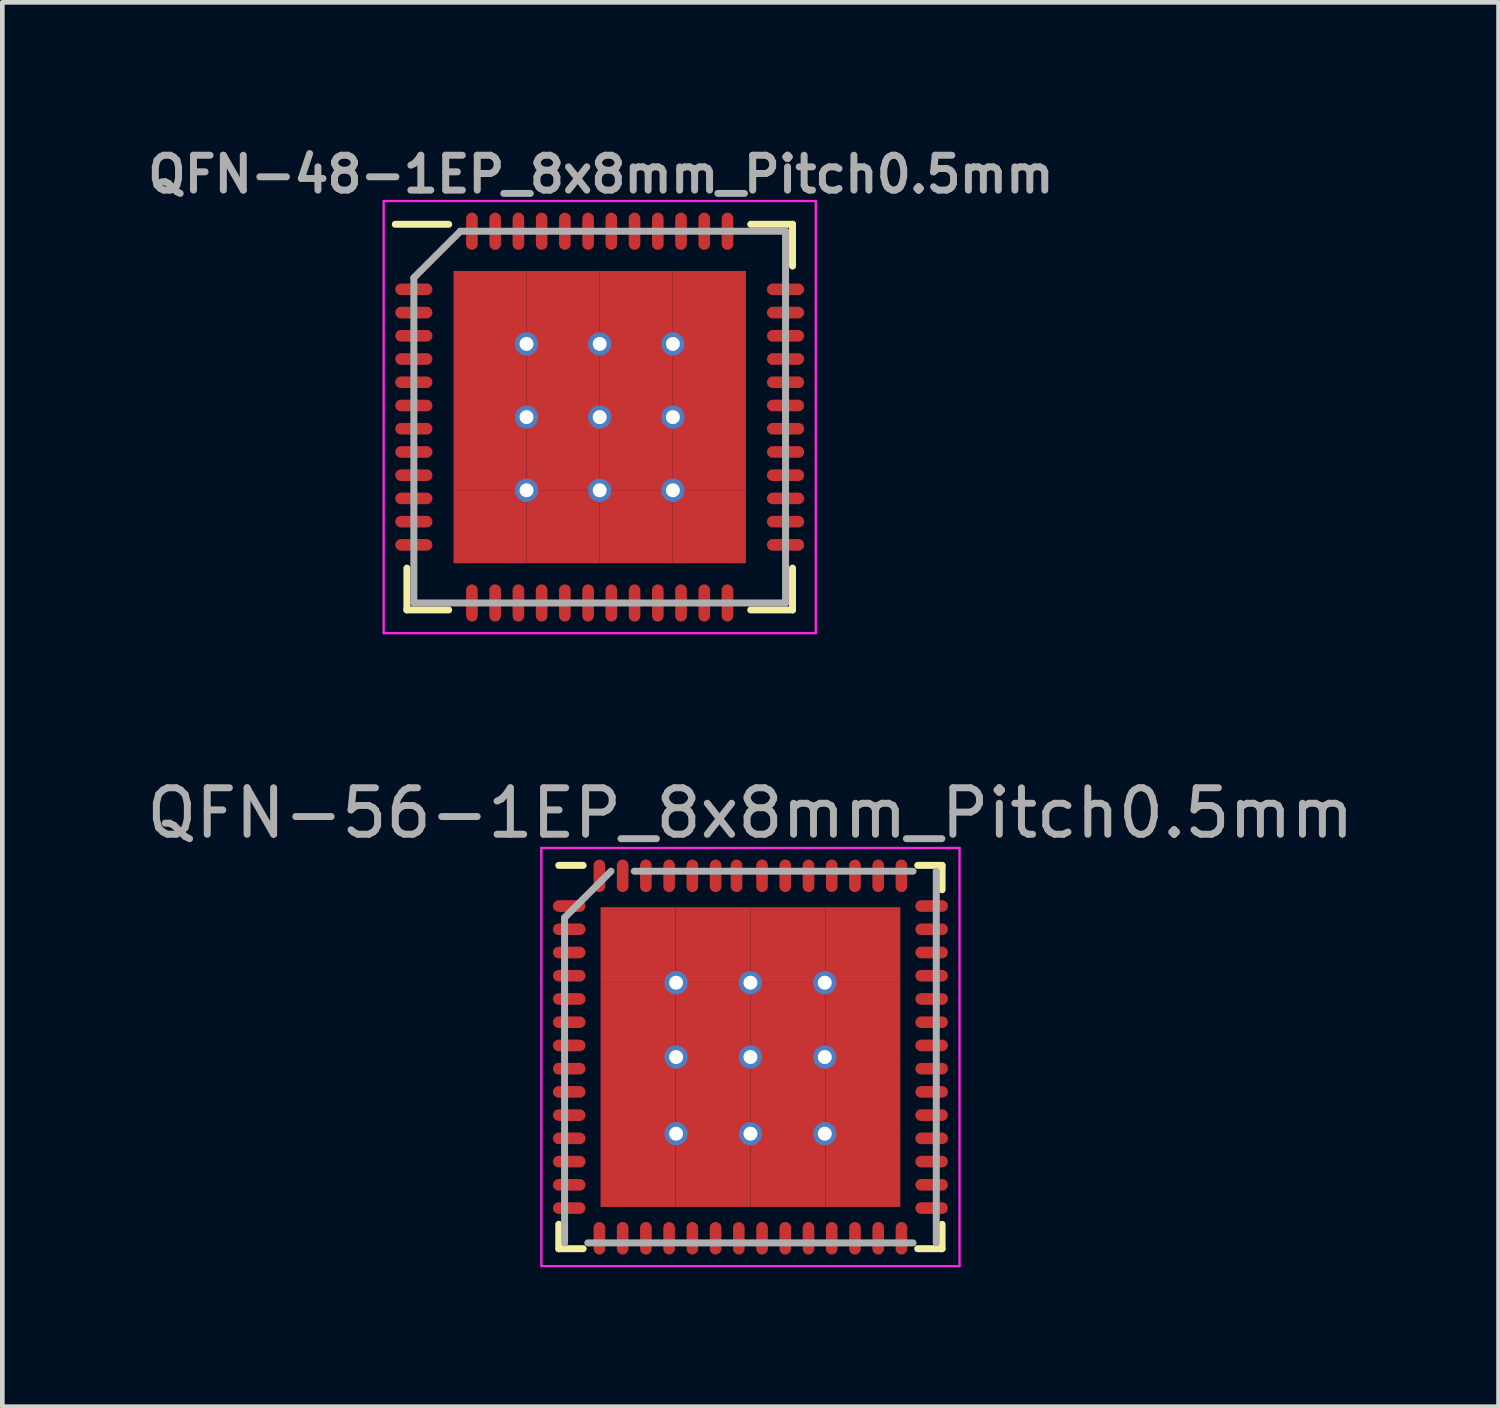
<source format=kicad_pcb>
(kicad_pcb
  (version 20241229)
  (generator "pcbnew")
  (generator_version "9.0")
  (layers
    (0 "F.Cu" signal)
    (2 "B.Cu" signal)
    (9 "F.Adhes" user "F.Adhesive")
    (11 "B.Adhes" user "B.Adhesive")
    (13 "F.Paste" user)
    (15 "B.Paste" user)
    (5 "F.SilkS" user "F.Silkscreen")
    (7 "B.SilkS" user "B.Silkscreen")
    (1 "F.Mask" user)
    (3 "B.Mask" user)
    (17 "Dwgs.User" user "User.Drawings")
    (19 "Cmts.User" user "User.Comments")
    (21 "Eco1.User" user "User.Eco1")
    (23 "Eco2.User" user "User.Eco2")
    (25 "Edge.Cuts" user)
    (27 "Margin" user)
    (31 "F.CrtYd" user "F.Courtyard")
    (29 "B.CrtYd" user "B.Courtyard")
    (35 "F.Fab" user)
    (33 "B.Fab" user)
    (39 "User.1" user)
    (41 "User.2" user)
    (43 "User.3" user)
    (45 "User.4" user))
  (footprint "QFN-56-1EP_8x8mm_Pitch0.5mm"
    (layer "F.Cu")
    (at 13.101 19.7)
    (property "Reference" "QFN-56-1EP_8x8mm_Pitch0.5mm" (at 0 -5.25 0) (layer "F.Fab") (effects (font (size 1 1) (thickness 0.15))))
    (attr smd)
    (fp_line (start -4.125 -4.125) (end -3.6 -4.125) (stroke (width 0.15) (type solid)) (layer "F.SilkS"))
    (fp_line (start -4.125 4.125) (end -4.125 3.6) (stroke (width 0.15) (type solid)) (layer "F.SilkS"))
    (fp_line (start -4.125 4.125) (end -3.6 4.125) (stroke (width 0.15) (type solid)) (layer "F.SilkS"))
    (fp_line (start 4.125 -4.125) (end 3.6 -4.125) (stroke (width 0.15) (type solid)) (layer "F.SilkS"))
    (fp_line (start 4.125 -4.125) (end 4.125 -3.6) (stroke (width 0.15) (type solid)) (layer "F.SilkS"))
    (fp_line (start 4.125 4.125) (end 3.6 4.125) (stroke (width 0.15) (type solid)) (layer "F.SilkS"))
    (fp_line (start 4.125 4.125) (end 4.125 3.6) (stroke (width 0.15) (type solid)) (layer "F.SilkS"))
    (fp_line (start -4.5 -4.5) (end -4.5 4.5) (stroke (width 0.05) (type solid)) (layer "F.CrtYd"))
    (fp_line (start -4.5 -4.5) (end 4.5 -4.5) (stroke (width 0.05) (type solid)) (layer "F.CrtYd"))
    (fp_line (start -4.5 4.5) (end 4.5 4.5) (stroke (width 0.05) (type solid)) (layer "F.CrtYd"))
    (fp_line (start 4.5 -4.5) (end 4.5 4.5) (stroke (width 0.05) (type solid)) (layer "F.CrtYd"))
    (fp_line (start -4 -3) (end -3 -4) (stroke (width 0.15) (type solid)) (layer "F.Fab"))
    (fp_line (start -4 4) (end -4 -3) (stroke (width 0.15) (type solid)) (layer "F.Fab"))
    (fp_line (start -2.5 -4) (end 3.5 -4) (stroke (width 0.15) (type solid)) (layer "F.Fab"))
    (fp_line (start 3.5 4) (end -3.5 4) (stroke (width 0.15) (type solid)) (layer "F.Fab"))
    (fp_line (start 4 -4) (end 4 4) (stroke (width 0.15) (type solid)) (layer "F.Fab"))
    (pad "1" smd oval (at -3.9 -3.25) (size 0.7 0.25) (layers "F.Cu" "F.Mask" "F.Paste"))
    (pad "2" smd oval (at -3.9 -2.75) (size 0.7 0.25) (layers "F.Cu" "F.Mask" "F.Paste"))
    (pad "3" smd oval (at -3.9 -2.25) (size 0.7 0.25) (layers "F.Cu" "F.Mask" "F.Paste"))
    (pad "4" smd oval (at -3.9 -1.75) (size 0.7 0.25) (layers "F.Cu" "F.Mask" "F.Paste"))
    (pad "5" smd oval (at -3.9 -1.25) (size 0.7 0.25) (layers "F.Cu" "F.Mask" "F.Paste"))
    (pad "6" smd oval (at -3.9 -0.75) (size 0.7 0.25) (layers "F.Cu" "F.Mask" "F.Paste"))
    (pad "7" smd oval (at -3.9 -0.25) (size 0.7 0.25) (layers "F.Cu" "F.Mask" "F.Paste"))
    (pad "8" smd oval (at -3.9 0.25) (size 0.7 0.25) (layers "F.Cu" "F.Mask" "F.Paste"))
    (pad "9" smd oval (at -3.9 0.75) (size 0.7 0.25) (layers "F.Cu" "F.Mask" "F.Paste"))
    (pad "10" smd oval (at -3.9 1.25) (size 0.7 0.25) (layers "F.Cu" "F.Mask" "F.Paste"))
    (pad "11" smd oval (at -3.9 1.75) (size 0.7 0.25) (layers "F.Cu" "F.Mask" "F.Paste"))
    (pad "12" smd oval (at -3.9 2.25) (size 0.7 0.25) (layers "F.Cu" "F.Mask" "F.Paste"))
    (pad "13" smd oval (at -3.9 2.75) (size 0.7 0.25) (layers "F.Cu" "F.Mask" "F.Paste"))
    (pad "14" smd oval (at -3.9 3.25) (size 0.7 0.25) (layers "F.Cu" "F.Mask" "F.Paste"))
    (pad "15" smd oval (at -3.25 3.9 90) (size 0.7 0.25) (layers "F.Cu" "F.Mask" "F.Paste"))
    (pad "16" smd oval (at -2.75 3.9 90) (size 0.7 0.25) (layers "F.Cu" "F.Mask" "F.Paste"))
    (pad "17" smd oval (at -2.25 3.9 90) (size 0.7 0.25) (layers "F.Cu" "F.Mask" "F.Paste"))
    (pad "18" smd oval (at -1.75 3.9 90) (size 0.7 0.25) (layers "F.Cu" "F.Mask" "F.Paste"))
    (pad "19" smd oval (at -1.25 3.9 90) (size 0.7 0.25) (layers "F.Cu" "F.Mask" "F.Paste"))
    (pad "20" smd oval (at -0.75 3.9 90) (size 0.7 0.25) (layers "F.Cu" "F.Mask" "F.Paste"))
    (pad "21" smd oval (at -0.25 3.9 90) (size 0.7 0.25) (layers "F.Cu" "F.Mask" "F.Paste"))
    (pad "22" smd oval (at 0.25 3.9 90) (size 0.7 0.25) (layers "F.Cu" "F.Mask" "F.Paste"))
    (pad "23" smd oval (at 0.75 3.9 90) (size 0.7 0.25) (layers "F.Cu" "F.Mask" "F.Paste"))
    (pad "24" smd oval (at 1.25 3.9 90) (size 0.7 0.25) (layers "F.Cu" "F.Mask" "F.Paste"))
    (pad "25" smd oval (at 1.75 3.9 90) (size 0.7 0.25) (layers "F.Cu" "F.Mask" "F.Paste"))
    (pad "26" smd oval (at 2.25 3.9 90) (size 0.7 0.25) (layers "F.Cu" "F.Mask" "F.Paste"))
    (pad "27" smd oval (at 2.75 3.9 90) (size 0.7 0.25) (layers "F.Cu" "F.Mask" "F.Paste"))
    (pad "28" smd oval (at 3.25 3.9 90) (size 0.7 0.25) (layers "F.Cu" "F.Mask" "F.Paste"))
    (pad "29" smd oval (at 3.9 3.25) (size 0.7 0.25) (layers "F.Cu" "F.Mask" "F.Paste"))
    (pad "30" smd oval (at 3.9 2.75) (size 0.7 0.25) (layers "F.Cu" "F.Mask" "F.Paste"))
    (pad "31" smd oval (at 3.9 2.25) (size 0.7 0.25) (layers "F.Cu" "F.Mask" "F.Paste"))
    (pad "32" smd oval (at 3.9 1.75) (size 0.7 0.25) (layers "F.Cu" "F.Mask" "F.Paste"))
    (pad "33" smd oval (at 3.9 1.25) (size 0.7 0.25) (layers "F.Cu" "F.Mask" "F.Paste"))
    (pad "34" smd oval (at 3.9 0.75) (size 0.7 0.25) (layers "F.Cu" "F.Mask" "F.Paste"))
    (pad "35" smd oval (at 3.9 0.25) (size 0.7 0.25) (layers "F.Cu" "F.Mask" "F.Paste"))
    (pad "36" smd oval (at 3.9 -0.25) (size 0.7 0.25) (layers "F.Cu" "F.Mask" "F.Paste"))
    (pad "37" smd oval (at 3.9 -0.75) (size 0.7 0.25) (layers "F.Cu" "F.Mask" "F.Paste"))
    (pad "38" smd oval (at 3.9 -1.25) (size 0.7 0.25) (layers "F.Cu" "F.Mask" "F.Paste"))
    (pad "39" smd oval (at 3.9 -1.75) (size 0.7 0.25) (layers "F.Cu" "F.Mask" "F.Paste"))
    (pad "40" smd oval (at 3.9 -2.25) (size 0.7 0.25) (layers "F.Cu" "F.Mask" "F.Paste"))
    (pad "41" smd oval (at 3.9 -2.75) (size 0.7 0.25) (layers "F.Cu" "F.Mask" "F.Paste"))
    (pad "42" smd oval (at 3.9 -3.25) (size 0.7 0.25) (layers "F.Cu" "F.Mask" "F.Paste"))
    (pad "43" smd oval (at 3.25 -3.9 90) (size 0.7 0.25) (layers "F.Cu" "F.Mask" "F.Paste"))
    (pad "44" smd oval (at 2.75 -3.9 90) (size 0.7 0.25) (layers "F.Cu" "F.Mask" "F.Paste"))
    (pad "45" smd oval (at 2.25 -3.9 90) (size 0.7 0.25) (layers "F.Cu" "F.Mask" "F.Paste"))
    (pad "46" smd oval (at 1.75 -3.9 90) (size 0.7 0.25) (layers "F.Cu" "F.Mask" "F.Paste"))
    (pad "47" smd oval (at 1.25 -3.9 90) (size 0.7 0.25) (layers "F.Cu" "F.Mask" "F.Paste"))
    (pad "48" smd oval (at 0.75 -3.9 90) (size 0.7 0.25) (layers "F.Cu" "F.Mask" "F.Paste"))
    (pad "49" smd oval (at 0.25 -3.9 90) (size 0.7 0.25) (layers "F.Cu" "F.Mask" "F.Paste"))
    (pad "50" smd oval (at -0.3 -3.9 90) (size 0.7 0.25) (layers "F.Cu" "F.Mask" "F.Paste"))
    (pad "51" smd oval (at -0.75 -3.9 90) (size 0.7 0.25) (layers "F.Cu" "F.Mask" "F.Paste"))
    (pad "52" smd oval (at -1.25 -3.9 90) (size 0.7 0.25) (layers "F.Cu" "F.Mask" "F.Paste"))
    (pad "53" smd oval (at -1.75 -3.9 90) (size 0.7 0.25) (layers "F.Cu" "F.Mask" "F.Paste"))
    (pad "54" smd oval (at -2.25 -3.9 90) (size 0.7 0.25) (layers "F.Cu" "F.Mask" "F.Paste"))
    (pad "55" smd oval (at -2.75 -3.9 90) (size 0.7 0.25) (layers "F.Cu" "F.Mask" "F.Paste"))
    (pad "56" smd oval (at -3.25 -3.9 90) (size 0.7 0.25) (layers "F.Cu" "F.Mask" "F.Paste"))
    (pad "57" smd rect (at -2.419 -2.419) (size 1.613 1.613) (layers "F.Cu" "F.Mask" "F.Paste"))
    (pad "57" smd rect (at -2.419 -0.806) (size 1.613 1.613) (layers "F.Cu" "F.Mask" "F.Paste"))
    (pad "57" smd rect (at -2.419 0.806) (size 1.613 1.613) (layers "F.Cu" "F.Mask" "F.Paste"))
    (pad "57" smd rect (at -2.419 2.419) (size 1.613 1.613) (layers "F.Cu" "F.Mask" "F.Paste"))
    (pad "57" thru_hole circle (at -1.6 -1.6) (size 0.5 0.5) (drill 0.3) (layers "*.Cu" "F.Mask"))
    (pad "57" thru_hole circle (at -1.6 0) (size 0.5 0.5) (drill 0.3) (layers "*.Cu" "F.Mask"))
    (pad "57" thru_hole circle (at -1.6 1.65) (size 0.5 0.5) (drill 0.3) (layers "*.Cu" "F.Mask"))
    (pad "57" smd rect (at -0.806 -2.419) (size 1.613 1.613) (layers "F.Cu" "F.Mask" "F.Paste"))
    (pad "57" smd rect (at -0.806 -0.806) (size 1.613 1.613) (layers "F.Cu" "F.Mask" "F.Paste"))
    (pad "57" smd rect (at -0.806 0.806) (size 1.613 1.613) (layers "F.Cu" "F.Mask" "F.Paste"))
    (pad "57" smd rect (at -0.806 2.419) (size 1.613 1.613) (layers "F.Cu" "F.Mask" "F.Paste"))
    (pad "57" thru_hole circle (at 0 -1.6) (size 0.5 0.5) (drill 0.3) (layers "*.Cu" "F.Mask"))
    (pad "57" thru_hole circle (at 0 0) (size 0.5 0.5) (drill 0.3) (layers "*.Cu" "F.Mask"))
    (pad "57" thru_hole circle (at 0 1.65) (size 0.5 0.5) (drill 0.3) (layers "*.Cu" "F.Mask"))
    (pad "57" smd rect (at 0.806 -2.419) (size 1.613 1.613) (layers "F.Cu" "F.Mask" "F.Paste"))
    (pad "57" smd rect (at 0.806 -0.806) (size 1.613 1.613) (layers "F.Cu" "F.Mask" "F.Paste"))
    (pad "57" smd rect (at 0.806 0.806) (size 1.613 1.613) (layers "F.Cu" "F.Mask" "F.Paste"))
    (pad "57" smd rect (at 0.806 2.419) (size 1.613 1.613) (layers "F.Cu" "F.Mask" "F.Paste"))
    (pad "57" thru_hole circle (at 1.6 -1.6) (size 0.5 0.5) (drill 0.3) (layers "*.Cu" "F.Mask"))
    (pad "57" thru_hole circle (at 1.6 0) (size 0.5 0.5) (drill 0.3) (layers "*.Cu" "F.Mask"))
    (pad "57" thru_hole circle (at 1.6 1.65) (size 0.5 0.5) (drill 0.3) (layers "*.Cu" "F.Mask"))
    (pad "57" smd rect (at 2.419 -2.419) (size 1.613 1.613) (layers "F.Cu" "F.Mask" "F.Paste"))
    (pad "57" smd rect (at 2.419 -0.806) (size 1.613 1.613) (layers "F.Cu" "F.Mask" "F.Paste"))
    (pad "57" smd rect (at 2.419 0.806) (size 1.613 1.613) (layers "F.Cu" "F.Mask" "F.Paste"))
    (pad "57" smd rect (at 2.419 2.419) (size 1.613 1.613) (layers "F.Cu" "F.Mask" "F.Paste")))
  (footprint "QFN-48-1EP_8x8mm_Pitch0.5mm"
    (layer "F.Cu")
    (at 9.857 5.927)
    (property "Reference" "QFN-48-1EP_8x8mm_Pitch0.5mm" (at 0.025 -5.225 0) (layer "F.Fab") (effects (font (size 0.75 0.75) (thickness 0.15))))
    (attr smd)
    (fp_line (start -4.15 4.15) (end -4.15 3.25) (stroke (width 0.15) (type solid)) (layer "F.SilkS"))
    (fp_line (start -3.25 -4.15) (end -4.4 -4.15) (stroke (width 0.15) (type solid)) (layer "F.SilkS"))
    (fp_line (start -3.25 4.15) (end -4.15 4.15) (stroke (width 0.15) (type solid)) (layer "F.SilkS"))
    (fp_line (start 3.25 -4.15) (end 4.15 -4.15) (stroke (width 0.15) (type solid)) (layer "F.SilkS"))
    (fp_line (start 3.25 4.15) (end 4.15 4.15) (stroke (width 0.15) (type solid)) (layer "F.SilkS"))
    (fp_line (start 4.15 -4.15) (end 4.15 -3.25) (stroke (width 0.15) (type solid)) (layer "F.SilkS"))
    (fp_line (start 4.15 4.15) (end 4.15 3.25) (stroke (width 0.15) (type solid)) (layer "F.SilkS"))
    (fp_line (start -4.65 -4.65) (end 4.65 -4.65) (stroke (width 0.05) (type solid)) (layer "F.CrtYd"))
    (fp_line (start -4.65 4.65) (end -4.65 -4.65) (stroke (width 0.05) (type solid)) (layer "F.CrtYd"))
    (fp_line (start 4.65 -4.65) (end 4.65 4.65) (stroke (width 0.05) (type solid)) (layer "F.CrtYd"))
    (fp_line (start 4.65 4.65) (end -4.65 4.65) (stroke (width 0.05) (type solid)) (layer "F.CrtYd"))
    (fp_line (start -4 -3) (end -4 4) (stroke (width 0.15) (type solid)) (layer "F.Fab"))
    (fp_line (start -4 4) (end 4 4) (stroke (width 0.15) (type solid)) (layer "F.Fab"))
    (fp_line (start -3 -4) (end -4 -3) (stroke (width 0.15) (type solid)) (layer "F.Fab"))
    (fp_line (start 4 -4) (end -3 -4) (stroke (width 0.15) (type solid)) (layer "F.Fab"))
    (fp_line (start 4 4) (end 4 -4) (stroke (width 0.15) (type solid)) (layer "F.Fab"))
    (pad "1" smd oval (at -4 -2.75 90) (size 0.25 0.8) (layers "F.Cu" "F.Mask" "F.Paste"))
    (pad "2" smd oval (at -4 -2.25 90) (size 0.25 0.8) (layers "F.Cu" "F.Mask" "F.Paste"))
    (pad "3" smd oval (at -4 -1.75 90) (size 0.25 0.8) (layers "F.Cu" "F.Mask" "F.Paste"))
    (pad "4" smd oval (at -4 -1.25 90) (size 0.25 0.8) (layers "F.Cu" "F.Mask" "F.Paste"))
    (pad "5" smd oval (at -4 -0.75 90) (size 0.25 0.8) (layers "F.Cu" "F.Mask" "F.Paste"))
    (pad "6" smd oval (at -4 -0.25 90) (size 0.25 0.8) (layers "F.Cu" "F.Mask" "F.Paste"))
    (pad "7" smd oval (at -4 0.25 90) (size 0.25 0.8) (layers "F.Cu" "F.Mask" "F.Paste"))
    (pad "8" smd oval (at -4 0.75 90) (size 0.25 0.8) (layers "F.Cu" "F.Mask" "F.Paste"))
    (pad "9" smd oval (at -4 1.25 90) (size 0.25 0.8) (layers "F.Cu" "F.Mask" "F.Paste"))
    (pad "10" smd oval (at -4 1.75 90) (size 0.25 0.8) (layers "F.Cu" "F.Mask" "F.Paste"))
    (pad "11" smd oval (at -4 2.25 90) (size 0.25 0.8) (layers "F.Cu" "F.Mask" "F.Paste"))
    (pad "12" smd oval (at -4 2.75 90) (size 0.25 0.8) (layers "F.Cu" "F.Mask" "F.Paste"))
    (pad "13" smd oval (at -2.75 4) (size 0.25 0.8) (layers "F.Cu" "F.Mask" "F.Paste"))
    (pad "14" smd oval (at -2.25 4) (size 0.25 0.8) (layers "F.Cu" "F.Mask" "F.Paste"))
    (pad "15" smd oval (at -1.75 4) (size 0.25 0.8) (layers "F.Cu" "F.Mask" "F.Paste"))
    (pad "16" smd oval (at -1.25 4) (size 0.25 0.8) (layers "F.Cu" "F.Mask" "F.Paste"))
    (pad "17" smd oval (at -0.75 4) (size 0.25 0.8) (layers "F.Cu" "F.Mask" "F.Paste"))
    (pad "18" smd oval (at -0.25 4) (size 0.25 0.8) (layers "F.Cu" "F.Mask" "F.Paste"))
    (pad "19" smd oval (at 0.25 4) (size 0.25 0.8) (layers "F.Cu" "F.Mask" "F.Paste"))
    (pad "20" smd oval (at 0.75 4) (size 0.25 0.8) (layers "F.Cu" "F.Mask" "F.Paste"))
    (pad "21" smd oval (at 1.25 4) (size 0.25 0.8) (layers "F.Cu" "F.Mask" "F.Paste"))
    (pad "22" smd oval (at 1.75 4) (size 0.25 0.8) (layers "F.Cu" "F.Mask" "F.Paste"))
    (pad "23" smd oval (at 2.25 4) (size 0.25 0.8) (layers "F.Cu" "F.Mask" "F.Paste"))
    (pad "24" smd oval (at 2.75 4) (size 0.25 0.8) (layers "F.Cu" "F.Mask" "F.Paste"))
    (pad "25" smd oval (at 4 2.75 90) (size 0.25 0.8) (layers "F.Cu" "F.Mask" "F.Paste"))
    (pad "26" smd oval (at 4 2.25 90) (size 0.25 0.8) (layers "F.Cu" "F.Mask" "F.Paste"))
    (pad "27" smd oval (at 4 1.75 90) (size 0.25 0.8) (layers "F.Cu" "F.Mask" "F.Paste"))
    (pad "28" smd oval (at 4 1.25 90) (size 0.25 0.8) (layers "F.Cu" "F.Mask" "F.Paste"))
    (pad "29" smd oval (at 4 0.75 90) (size 0.25 0.8) (layers "F.Cu" "F.Mask" "F.Paste"))
    (pad "30" smd oval (at 4 0.25 90) (size 0.25 0.8) (layers "F.Cu" "F.Mask" "F.Paste"))
    (pad "31" smd oval (at 4 -0.25 90) (size 0.25 0.8) (layers "F.Cu" "F.Mask" "F.Paste"))
    (pad "32" smd oval (at 4 -0.75 90) (size 0.25 0.8) (layers "F.Cu" "F.Mask" "F.Paste"))
    (pad "33" smd oval (at 4 -1.25 90) (size 0.25 0.8) (layers "F.Cu" "F.Mask" "F.Paste"))
    (pad "34" smd oval (at 4 -1.75 90) (size 0.25 0.8) (layers "F.Cu" "F.Mask" "F.Paste"))
    (pad "35" smd oval (at 4 -2.25 90) (size 0.25 0.8) (layers "F.Cu" "F.Mask" "F.Paste"))
    (pad "36" smd oval (at 4 -2.75 90) (size 0.25 0.8) (layers "F.Cu" "F.Mask" "F.Paste"))
    (pad "37" smd oval (at 2.75 -4) (size 0.25 0.8) (layers "F.Cu" "F.Mask" "F.Paste"))
    (pad "38" smd oval (at 2.25 -4) (size 0.25 0.8) (layers "F.Cu" "F.Mask" "F.Paste"))
    (pad "39" smd oval (at 1.75 -4) (size 0.25 0.8) (layers "F.Cu" "F.Mask" "F.Paste"))
    (pad "40" smd oval (at 1.25 -4) (size 0.25 0.8) (layers "F.Cu" "F.Mask" "F.Paste"))
    (pad "41" smd oval (at 0.75 -4) (size 0.25 0.8) (layers "F.Cu" "F.Mask" "F.Paste"))
    (pad "42" smd oval (at 0.25 -4) (size 0.25 0.8) (layers "F.Cu" "F.Mask" "F.Paste"))
    (pad "43" smd oval (at -0.25 -4) (size 0.25 0.8) (layers "F.Cu" "F.Mask" "F.Paste"))
    (pad "44" smd oval (at -0.75 -4) (size 0.25 0.8) (layers "F.Cu" "F.Mask" "F.Paste"))
    (pad "45" smd oval (at -1.25 -4) (size 0.25 0.8) (layers "F.Cu" "F.Mask" "F.Paste"))
    (pad "46" smd oval (at -1.75 -4) (size 0.25 0.8) (layers "F.Cu" "F.Mask" "F.Paste"))
    (pad "47" smd oval (at -2.25 -4) (size 0.25 0.8) (layers "F.Cu" "F.Mask" "F.Paste"))
    (pad "48" smd oval (at -2.75 -4) (size 0.25 0.8) (layers "F.Cu" "F.Mask" "F.Paste"))
    (pad "49" smd rect (at -2.359 -2.359) (size 1.573 1.573) (layers "F.Cu" "F.Mask" "F.Paste"))
    (pad "49" smd rect (at -2.359 -0.786) (size 1.573 1.573) (layers "F.Cu" "F.Mask" "F.Paste"))
    (pad "49" smd rect (at -2.359 0.786) (size 1.573 1.573) (layers "F.Cu" "F.Mask" "F.Paste"))
    (pad "49" smd rect (at -2.359 2.359) (size 1.573 1.573) (layers "F.Cu" "F.Mask" "F.Paste"))
    (pad "49" thru_hole circle (at -1.575 -1.575) (size 0.5 0.5) (drill 0.3) (layers "*.Cu" "F.Mask"))
    (pad "49" thru_hole circle (at -1.575 0) (size 0.5 0.5) (drill 0.3) (layers "*.Cu" "F.Mask"))
    (pad "49" thru_hole circle (at -1.575 1.575) (size 0.5 0.5) (drill 0.3) (layers "*.Cu" "F.Mask"))
    (pad "49" smd rect (at -0.786 -2.359) (size 1.573 1.573) (layers "F.Cu" "F.Mask" "F.Paste"))
    (pad "49" smd rect (at -0.786 -0.786) (size 1.573 1.573) (layers "F.Cu" "F.Mask" "F.Paste"))
    (pad "49" smd rect (at -0.786 0.786) (size 1.573 1.573) (layers "F.Cu" "F.Mask" "F.Paste"))
    (pad "49" smd rect (at -0.786 2.359) (size 1.573 1.573) (layers "F.Cu" "F.Mask" "F.Paste"))
    (pad "49" thru_hole circle (at 0 -1.575) (size 0.5 0.5) (drill 0.3) (layers "*.Cu" "F.Mask"))
    (pad "49" thru_hole circle (at 0 0) (size 0.5 0.5) (drill 0.3) (layers "*.Cu" "F.Mask"))
    (pad "49" thru_hole circle (at 0 1.575) (size 0.5 0.5) (drill 0.3) (layers "*.Cu" "F.Mask"))
    (pad "49" smd rect (at 0.786 -2.359) (size 1.573 1.573) (layers "F.Cu" "F.Mask" "F.Paste"))
    (pad "49" smd rect (at 0.786 -0.786) (size 1.573 1.573) (layers "F.Cu" "F.Mask" "F.Paste"))
    (pad "49" smd rect (at 0.786 0.786) (size 1.573 1.573) (layers "F.Cu" "F.Mask" "F.Paste"))
    (pad "49" smd rect (at 0.786 2.359) (size 1.573 1.573) (layers "F.Cu" "F.Mask" "F.Paste"))
    (pad "49" thru_hole circle (at 1.575 -1.575) (size 0.5 0.5) (drill 0.3) (layers "*.Cu" "F.Mask"))
    (pad "49" thru_hole circle (at 1.575 0) (size 0.5 0.5) (drill 0.3) (layers "*.Cu" "F.Mask"))
    (pad "49" thru_hole circle (at 1.575 1.575) (size 0.5 0.5) (drill 0.3) (layers "*.Cu" "F.Mask"))
    (pad "49" smd rect (at 2.359 -2.359) (size 1.573 1.573) (layers "F.Cu" "F.Mask" "F.Paste"))
    (pad "49" smd rect (at 2.359 -0.786) (size 1.573 1.573) (layers "F.Cu" "F.Mask" "F.Paste"))
    (pad "49" smd rect (at 2.359 0.786) (size 1.573 1.573) (layers "F.Cu" "F.Mask" "F.Paste"))
    (pad "49" smd rect (at 2.359 2.359) (size 1.573 1.573) (layers "F.Cu" "F.Mask" "F.Paste")))
  (gr_rect
    (start -3 -3)
    (end 29.202 27.225)
    (stroke (width 0.1) (type default))
    (fill no)
    (layer "Edge.Cuts")))
</source>
